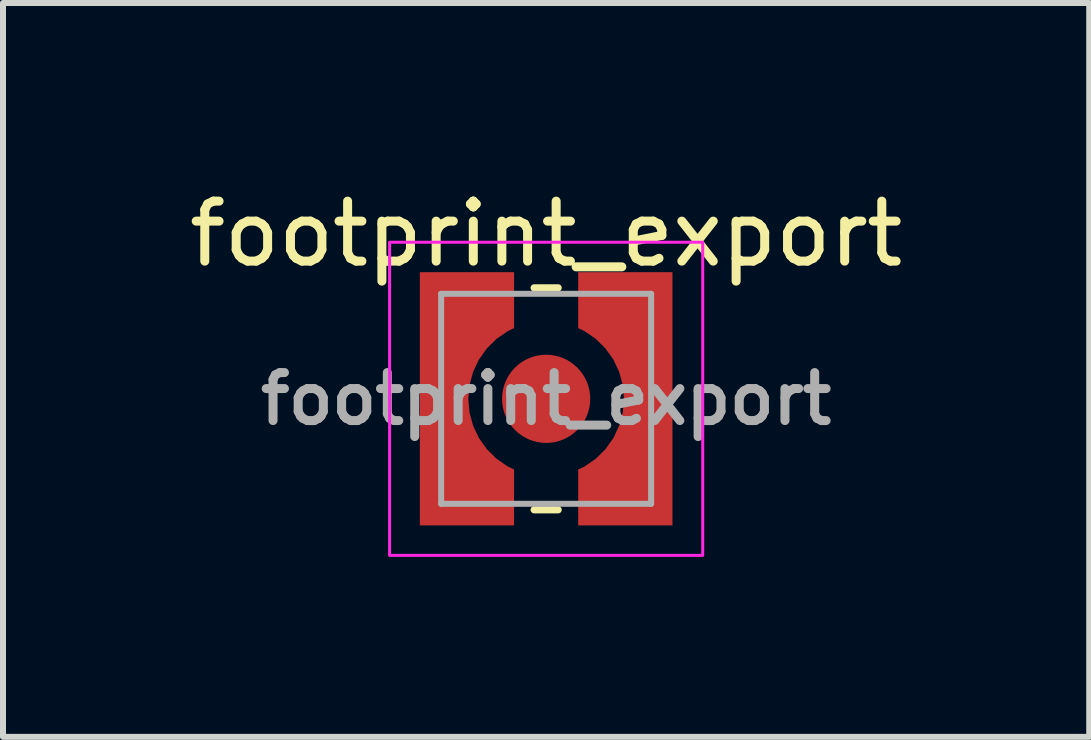
<source format=kicad_pcb>
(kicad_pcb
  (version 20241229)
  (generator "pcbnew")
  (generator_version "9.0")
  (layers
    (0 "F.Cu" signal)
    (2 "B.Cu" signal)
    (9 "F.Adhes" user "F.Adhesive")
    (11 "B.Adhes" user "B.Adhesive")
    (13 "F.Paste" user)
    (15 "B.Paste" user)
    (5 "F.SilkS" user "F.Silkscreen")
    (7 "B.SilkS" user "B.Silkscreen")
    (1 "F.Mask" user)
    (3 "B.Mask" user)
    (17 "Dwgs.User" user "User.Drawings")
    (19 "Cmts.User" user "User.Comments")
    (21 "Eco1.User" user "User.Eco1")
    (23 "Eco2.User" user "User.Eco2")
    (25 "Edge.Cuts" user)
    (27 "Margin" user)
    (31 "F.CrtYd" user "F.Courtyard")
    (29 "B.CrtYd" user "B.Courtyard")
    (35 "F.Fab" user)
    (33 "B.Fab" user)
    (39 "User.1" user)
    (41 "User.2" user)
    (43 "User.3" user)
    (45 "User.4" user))
  (footprint "footprint_export"
    (layer "F.Cu")
    (at 6.054 3.598)
    (property "Reference" "footprint_export" (at 0 -2.75 0) (unlocked yes) (layer "F.SilkS") (effects (font (size 1 1) (thickness 0.15))))
    (attr smd)
    (fp_line (start -0.2 -1.85) (end 0.2 -1.85) (stroke (width 0.12) (type solid)) (layer "F.SilkS"))
    (fp_line (start 0.2 1.85) (end -0.2 1.85) (stroke (width 0.12) (type solid)) (layer "F.SilkS"))
    (fp_poly (pts (xy -0.535 -1.179) (xy -0.535 -2.11) (xy -2.105 -2.11) (xy -2.105 -0.535) (xy -1.179 -0.535) (xy -1.129 -0.64) (xy -0.996 -0.832) (xy -0.832 -0.996) (xy -0.64 -1.129)) (stroke (width 0.001) (type solid)) (fill yes) (layer "F.Paste"))
    (fp_poly (pts (xy -0.535 1.179) (xy -0.64 1.129) (xy -0.832 0.996) (xy -0.996 0.832) (xy -1.129 0.64) (xy -1.179 0.535) (xy -2.105 0.535) (xy -2.105 2.11) (xy -0.535 2.11)) (stroke (width 0.001) (type solid)) (fill yes) (layer "F.Paste"))
    (fp_poly (pts (xy 0.996 -0.832) (xy 1.129 -0.64) (xy 1.179 -0.535) (xy 2.105 -0.535) (xy 2.105 -2.11) (xy 0.535 -2.11) (xy 0.535 -1.179) (xy 0.64 -1.129) (xy 0.832 -0.996)) (stroke (width 0.001) (type solid)) (fill yes) (layer "F.Paste"))
    (fp_poly (pts (xy 1.129 0.64) (xy 0.996 0.832) (xy 0.832 0.996) (xy 0.64 1.129) (xy 0.535 1.179) (xy 0.535 2.11) (xy 2.105 2.11) (xy 2.105 0.535) (xy 1.179 0.535)) (stroke (width 0.001) (type solid)) (fill yes) (layer "F.Paste"))
    (fp_rect (start -2.61 -2.61) (end 2.61 2.61) (stroke (width 0.05) (type default)) (fill no) (layer "F.CrtYd"))
    (fp_line (start -1.75 -1.75) (end 1.75 -1.75) (stroke (width 0.1) (type solid)) (layer "F.Fab"))
    (fp_line (start -1.75 1.75) (end -1.75 -1.75) (stroke (width 0.1) (type solid)) (layer "F.Fab"))
    (fp_line (start 1.75 -1.75) (end 1.75 1.75) (stroke (width 0.1) (type solid)) (layer "F.Fab"))
    (fp_line (start 1.75 1.75) (end -1.75 1.75) (stroke (width 0.1) (type solid)) (layer "F.Fab"))
    (fp_text user "${REFERENCE}" (at 0 0 0) (unlocked yes) (layer "F.Fab") (effects (font (size 0.8 0.8) (thickness 0.15))))
    (pad "1" smd circle (at 0 0) (size 1.47 1.47) (layers "F.Cu" "F.Mask" "F.Paste"))
    (pad "2" smd custom (at -1.71 0) (size 0.5 0.5) (layers "F.Cu" "F.Mask") (options (anchor circle)) (primitives (gr_poly (pts (xy -0.395 -2.11) (xy -0.395 2.11) (xy 1.175 2.11) (xy 1.175 1.179) (xy 1.072 1.13) (xy 0.884 1.001) (xy 0.721 0.84) (xy 0.589 0.654) (xy 0.492 0.448) (xy 0.432 0.227) (xy 0.412 0) (xy 0.432 -0.227) (xy 0.492 -0.448) (xy 0.589 -0.654) (xy 0.721 -0.84) (xy 0.884 -1.001) (xy 1.072 -1.13) (xy 1.175 -1.179) (xy 1.175 -2.11)) (width 0.001) (fill yes))))
    (pad "2" smd custom (at 1.67 0) (size 0.5 0.5) (layers "F.Cu" "F.Mask") (options (anchor circle)) (primitives (gr_poly (pts (xy -0.452 -0.448) (xy -0.392 -0.227) (xy -0.372 0) (xy -0.392 0.227) (xy -0.452 0.448) (xy -0.549 0.654) (xy -0.681 0.84) (xy -0.844 1.001) (xy -1.032 1.13) (xy -1.135 1.179) (xy -1.135 2.11) (xy 0.435 2.11) (xy 0.435 -2.11) (xy -1.135 -2.11) (xy -1.135 -1.179) (xy -1.032 -1.13) (xy -0.844 -1.001) (xy -0.681 -0.84) (xy -0.549 -0.654)) (width 0.001) (fill yes)))))
  (gr_rect
    (start -3 -3)
    (end 15.107 9.233)
    (stroke (width 0.1) (type default))
    (fill no)
    (layer "Edge.Cuts")))
</source>
